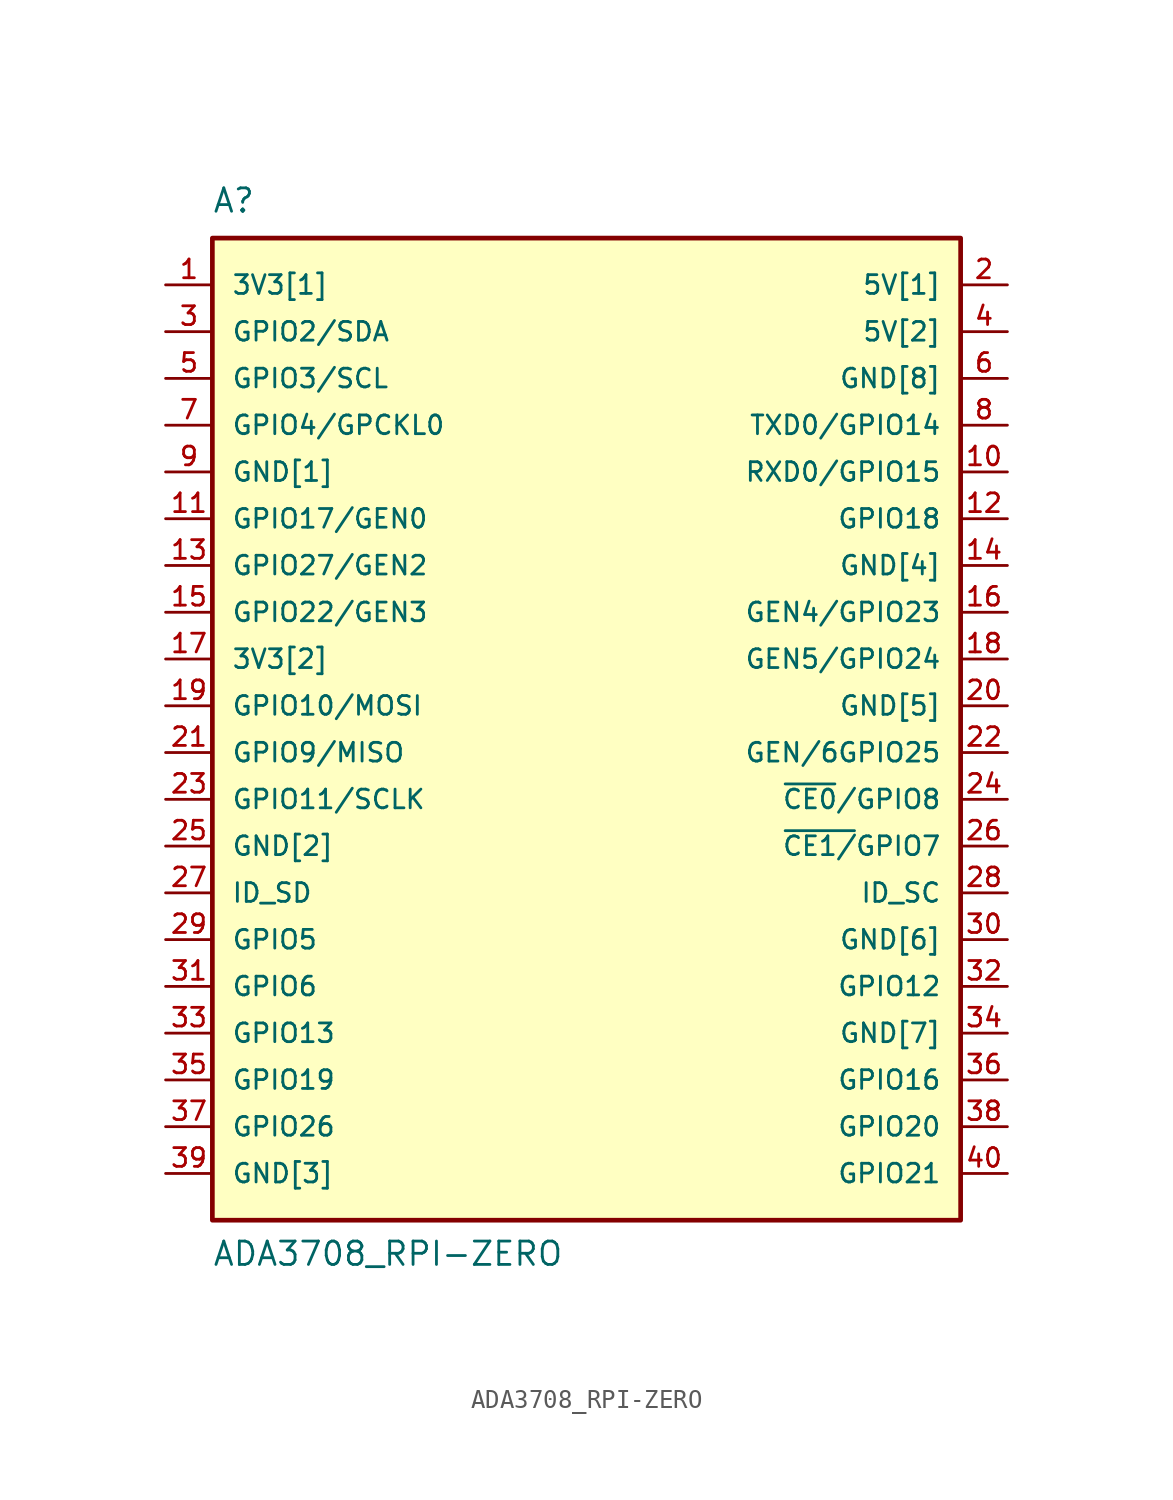
<source format=kicad_sym>
(kicad_symbol_lib
  (version 20211014)
  (generator kicad_symbol_editor)
  (symbol "ADA3708_RPI-ZERO"
    (pin_names
      (offset 1.016))
    (property "Reference" "A"
      (at -20.345 26.695 0)
      (effects (font (size 1.27 1.27)) (justify left bottom)))
    (property "Value" "ADA3708_RPI-ZERO"
      (at -20.345 -30.505 0)
      (effects (font (size 1.27 1.27)) (justify left bottom)))
    (symbol "ADA3708_RPI-ZERO_0_0"
      (rectangle (start -20.32 -27.94) (end 20.32 25.4) (stroke (width 0.254) (type default) (color 0 0 0 0)) (fill (type background)))
      (pin power_in line (at -22.86 22.86 0) (length 2.54) (name "3V3[1]" (effects (font (size 1.016 1.016)))) (number "1" (effects (font (size 1.016 1.016)))))
      (pin bidirectional line (at 22.86 12.7 180) (length 2.54) (name "RXD0/GPIO15" (effects (font (size 1.016 1.016)))) (number "10" (effects (font (size 1.016 1.016)))))
      (pin bidirectional line (at -22.86 10.16 0) (length 2.54) (name "GPIO17/GEN0" (effects (font (size 1.016 1.016)))) (number "11" (effects (font (size 1.016 1.016)))))
      (pin bidirectional line (at 22.86 10.16 180) (length 2.54) (name "GPIO18" (effects (font (size 1.016 1.016)))) (number "12" (effects (font (size 1.016 1.016)))))
      (pin bidirectional line (at -22.86 7.62 0) (length 2.54) (name "GPIO27/GEN2" (effects (font (size 1.016 1.016)))) (number "13" (effects (font (size 1.016 1.016)))))
      (pin power_in line (at 22.86 7.62 180) (length 2.54) (name "GND[4]" (effects (font (size 1.016 1.016)))) (number "14" (effects (font (size 1.016 1.016)))))
      (pin bidirectional line (at -22.86 5.08 0) (length 2.54) (name "GPIO22/GEN3" (effects (font (size 1.016 1.016)))) (number "15" (effects (font (size 1.016 1.016)))))
      (pin bidirectional line (at 22.86 5.08 180) (length 2.54) (name "GEN4/GPIO23" (effects (font (size 1.016 1.016)))) (number "16" (effects (font (size 1.016 1.016)))))
      (pin power_in line (at -22.86 2.54 0) (length 2.54) (name "3V3[2]" (effects (font (size 1.016 1.016)))) (number "17" (effects (font (size 1.016 1.016)))))
      (pin bidirectional line (at 22.86 2.54 180) (length 2.54) (name "GEN5/GPIO24" (effects (font (size 1.016 1.016)))) (number "18" (effects (font (size 1.016 1.016)))))
      (pin bidirectional line (at -22.86 0 0) (length 2.54) (name "GPIO10/MOSI" (effects (font (size 1.016 1.016)))) (number "19" (effects (font (size 1.016 1.016)))))
      (pin power_in line (at 22.86 22.86 180) (length 2.54) (name "5V[1]" (effects (font (size 1.016 1.016)))) (number "2" (effects (font (size 1.016 1.016)))))
      (pin power_in line (at 22.86 0 180) (length 2.54) (name "GND[5]" (effects (font (size 1.016 1.016)))) (number "20" (effects (font (size 1.016 1.016)))))
      (pin bidirectional line (at -22.86 -2.54 0) (length 2.54) (name "GPIO9/MISO" (effects (font (size 1.016 1.016)))) (number "21" (effects (font (size 1.016 1.016)))))
      (pin bidirectional line (at 22.86 -2.54 180) (length 2.54) (name "GEN/6GPIO25" (effects (font (size 1.016 1.016)))) (number "22" (effects (font (size 1.016 1.016)))))
      (pin bidirectional line (at -22.86 -5.08 0) (length 2.54) (name "GPIO11/SCLK" (effects (font (size 1.016 1.016)))) (number "23" (effects (font (size 1.016 1.016)))))
      (pin bidirectional line (at 22.86 -5.08 180) (length 2.54) (name "~{CE0}/GPIO8" (effects (font (size 1.016 1.016)))) (number "24" (effects (font (size 1.016 1.016)))))
      (pin power_in line (at -22.86 -7.62 0) (length 2.54) (name "GND[2]" (effects (font (size 1.016 1.016)))) (number "25" (effects (font (size 1.016 1.016)))))
      (pin bidirectional line (at 22.86 -7.62 180) (length 2.54) (name "~{CE1/}GPIO7" (effects (font (size 1.016 1.016)))) (number "26" (effects (font (size 1.016 1.016)))))
      (pin bidirectional line (at -22.86 -10.16 0) (length 2.54) (name "ID_SD" (effects (font (size 1.016 1.016)))) (number "27" (effects (font (size 1.016 1.016)))))
      (pin bidirectional line (at 22.86 -10.16 180) (length 2.54) (name "ID_SC" (effects (font (size 1.016 1.016)))) (number "28" (effects (font (size 1.016 1.016)))))
      (pin bidirectional line (at -22.86 -12.7 0) (length 2.54) (name "GPIO5" (effects (font (size 1.016 1.016)))) (number "29" (effects (font (size 1.016 1.016)))))
      (pin bidirectional line (at -22.86 20.32 0) (length 2.54) (name "GPIO2/SDA" (effects (font (size 1.016 1.016)))) (number "3" (effects (font (size 1.016 1.016)))))
      (pin power_in line (at 22.86 -12.7 180) (length 2.54) (name "GND[6]" (effects (font (size 1.016 1.016)))) (number "30" (effects (font (size 1.016 1.016)))))
      (pin bidirectional line (at -22.86 -15.24 0) (length 2.54) (name "GPIO6" (effects (font (size 1.016 1.016)))) (number "31" (effects (font (size 1.016 1.016)))))
      (pin bidirectional line (at 22.86 -15.24 180) (length 2.54) (name "GPIO12" (effects (font (size 1.016 1.016)))) (number "32" (effects (font (size 1.016 1.016)))))
      (pin bidirectional line (at -22.86 -17.78 0) (length 2.54) (name "GPIO13" (effects (font (size 1.016 1.016)))) (number "33" (effects (font (size 1.016 1.016)))))
      (pin power_in line (at 22.86 -17.78 180) (length 2.54) (name "GND[7]" (effects (font (size 1.016 1.016)))) (number "34" (effects (font (size 1.016 1.016)))))
      (pin bidirectional line (at -22.86 -20.32 0) (length 2.54) (name "GPIO19" (effects (font (size 1.016 1.016)))) (number "35" (effects (font (size 1.016 1.016)))))
      (pin bidirectional line (at 22.86 -20.32 180) (length 2.54) (name "GPIO16" (effects (font (size 1.016 1.016)))) (number "36" (effects (font (size 1.016 1.016)))))
      (pin bidirectional line (at -22.86 -22.86 0) (length 2.54) (name "GPIO26" (effects (font (size 1.016 1.016)))) (number "37" (effects (font (size 1.016 1.016)))))
      (pin bidirectional line (at 22.86 -22.86 180) (length 2.54) (name "GPIO20" (effects (font (size 1.016 1.016)))) (number "38" (effects (font (size 1.016 1.016)))))
      (pin power_in line (at -22.86 -25.4 0) (length 2.54) (name "GND[3]" (effects (font (size 1.016 1.016)))) (number "39" (effects (font (size 1.016 1.016)))))
      (pin power_in line (at 22.86 20.32 180) (length 2.54) (name "5V[2]" (effects (font (size 1.016 1.016)))) (number "4" (effects (font (size 1.016 1.016)))))
      (pin bidirectional line (at 22.86 -25.4 180) (length 2.54) (name "GPIO21" (effects (font (size 1.016 1.016)))) (number "40" (effects (font (size 1.016 1.016)))))
      (pin bidirectional line (at -22.86 17.78 0) (length 2.54) (name "GPIO3/SCL" (effects (font (size 1.016 1.016)))) (number "5" (effects (font (size 1.016 1.016)))))
      (pin power_in line (at 22.86 17.78 180) (length 2.54) (name "GND[8]" (effects (font (size 1.016 1.016)))) (number "6" (effects (font (size 1.016 1.016)))))
      (pin bidirectional line (at -22.86 15.24 0) (length 2.54) (name "GPIO4/GPCKL0" (effects (font (size 1.016 1.016)))) (number "7" (effects (font (size 1.016 1.016)))))
      (pin bidirectional line (at 22.86 15.24 180) (length 2.54) (name "TXD0/GPIO14" (effects (font (size 1.016 1.016)))) (number "8" (effects (font (size 1.016 1.016)))))
      (pin power_in line (at -22.86 12.7 0) (length 2.54) (name "GND[1]" (effects (font (size 1.016 1.016)))) (number "9" (effects (font (size 1.016 1.016))))))))
</source>
